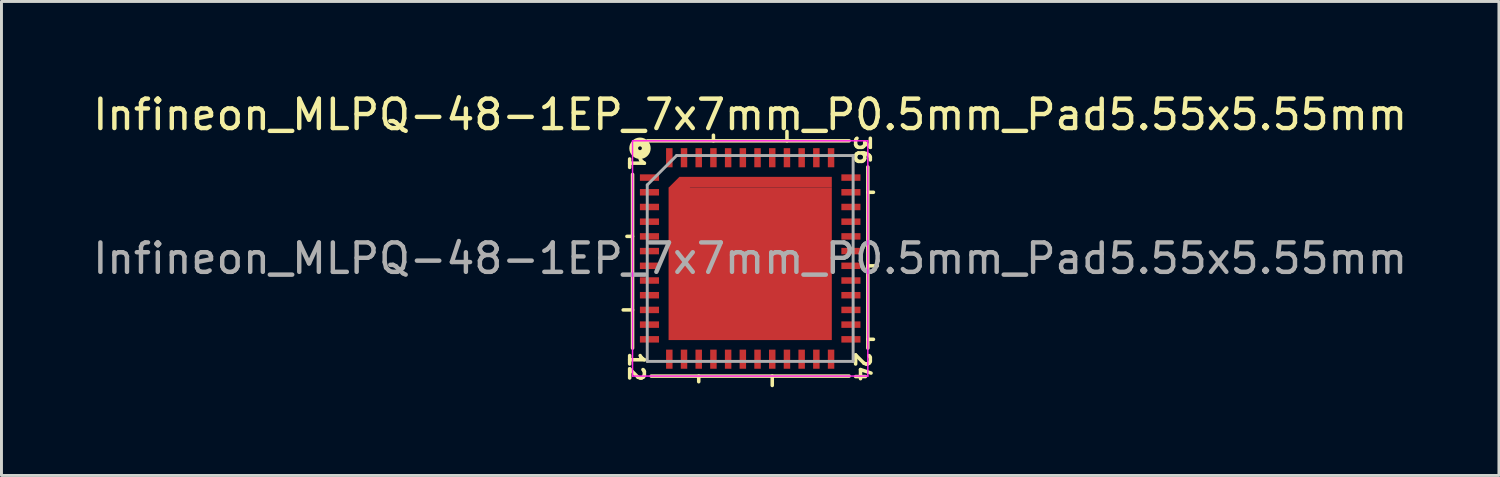
<source format=kicad_pcb>
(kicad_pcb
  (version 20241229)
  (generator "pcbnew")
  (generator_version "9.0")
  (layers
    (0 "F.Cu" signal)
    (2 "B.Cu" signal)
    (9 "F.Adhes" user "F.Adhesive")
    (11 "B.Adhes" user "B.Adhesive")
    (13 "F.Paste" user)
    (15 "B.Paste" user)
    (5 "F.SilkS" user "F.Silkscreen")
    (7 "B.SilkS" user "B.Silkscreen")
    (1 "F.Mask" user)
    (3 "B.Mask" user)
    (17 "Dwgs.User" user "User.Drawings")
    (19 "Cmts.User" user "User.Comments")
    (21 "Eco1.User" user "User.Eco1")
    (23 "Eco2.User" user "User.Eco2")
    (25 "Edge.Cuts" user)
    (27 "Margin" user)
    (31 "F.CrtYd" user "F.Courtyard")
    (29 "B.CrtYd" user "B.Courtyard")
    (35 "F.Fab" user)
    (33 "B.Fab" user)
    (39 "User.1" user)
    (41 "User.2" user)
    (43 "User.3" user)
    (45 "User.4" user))
  (footprint "Infineon_MLPQ-48-1EP_7x7mm_P0.5mm_Pad5.55x5.55mm"
    (layer "F.Cu")
    (at 22.458 5.738)
    (property "Reference" "Infineon_MLPQ-48-1EP_7x7mm_P0.5mm_Pad5.55x5.55mm" (at 0 -4.889 0) (layer "F.SilkS") (effects (font (size 1 1) (thickness 0.15))))
    (attr smd)
    (fp_line (start -4.318 1.75) (end -4 1.75) (stroke (width 0.12) (type solid)) (layer "F.SilkS"))
    (fp_line (start -4.191 -0.75) (end -4 -0.75) (stroke (width 0.12) (type solid)) (layer "F.SilkS"))
    (fp_line (start -4 -2.857) (end -4 3.048) (stroke (width 0.12) (type solid)) (layer "F.SilkS"))
    (fp_line (start -3.365 4) (end 3.365 4) (stroke (width 0.12) (type solid)) (layer "F.SilkS"))
    (fp_line (start -1.75 4.191) (end -1.75 4) (stroke (width 0.12) (type solid)) (layer "F.SilkS"))
    (fp_line (start -1.25 -4.191) (end -1.25 -4) (stroke (width 0.12) (type solid)) (layer "F.SilkS"))
    (fp_line (start 0.75 4.318) (end 0.75 4) (stroke (width 0.12) (type solid)) (layer "F.SilkS"))
    (fp_line (start 1.25 -4.318) (end 1.25 -4) (stroke (width 0.12) (type solid)) (layer "F.SilkS"))
    (fp_line (start 3.365 -4) (end -3.493 -4) (stroke (width 0.12) (type solid)) (layer "F.SilkS"))
    (fp_line (start 4 3.048) (end 4 -3.111) (stroke (width 0.12) (type solid)) (layer "F.SilkS"))
    (fp_line (start 4.191 -2.25) (end 4 -2.25) (stroke (width 0.12) (type solid)) (layer "F.SilkS"))
    (fp_line (start 4.191 2.75) (end 4 2.75) (stroke (width 0.12) (type solid)) (layer "F.SilkS"))
    (fp_line (start 4.318 0.25) (end 4 0.25) (stroke (width 0.12) (type solid)) (layer "F.SilkS"))
    (fp_circle (center -3.747 -3.747) (end -3.683 -3.747) (stroke (width 0.3) (type solid)) (fill no) (layer "F.SilkS"))
    (fp_line (start -4 -4) (end -4 4) (stroke (width 0.05) (type solid)) (layer "F.CrtYd"))
    (fp_line (start -4 4) (end 4 4) (stroke (width 0.05) (type solid)) (layer "F.CrtYd"))
    (fp_line (start 4 -4) (end -4 -4) (stroke (width 0.05) (type solid)) (layer "F.CrtYd"))
    (fp_line (start 4 4) (end 4 -4) (stroke (width 0.05) (type solid)) (layer "F.CrtYd"))
    (fp_line (start -3.5 3.5) (end -3.5 -2.5) (stroke (width 0.1) (type solid)) (layer "F.Fab"))
    (fp_line (start -2.5 -3.5) (end -3.5 -2.5) (stroke (width 0.1) (type solid)) (layer "F.Fab"))
    (fp_line (start 3.5 -3.5) (end -2.5 -3.5) (stroke (width 0.1) (type solid)) (layer "F.Fab"))
    (fp_line (start 3.5 -3.5) (end 3.5 3.5) (stroke (width 0.1) (type solid)) (layer "F.Fab"))
    (fp_line (start 3.5 3.5) (end -3.5 3.5) (stroke (width 0.1) (type solid)) (layer "F.Fab"))
    (fp_text user "36" (at 3.81 -3.683 270) (unlocked yes) (layer "F.SilkS") (effects (font (size 0.5 0.5) (thickness 0.12))))
    (fp_text user "1" (at -3.873 -3.239 270) (unlocked yes) (layer "F.SilkS") (effects (font (size 0.5 0.5) (thickness 0.12))))
    (fp_text user "24" (at 3.81 3.683 270) (unlocked yes) (layer "F.SilkS") (effects (font (size 0.5 0.5) (thickness 0.12))))
    (fp_text user "12" (at -3.873 3.683 270) (unlocked yes) (layer "F.SilkS") (effects (font (size 0.5 0.5) (thickness 0.12))))
    (fp_text user "${REFERENCE}" (at 0 0 0) (layer "F.Fab") (effects (font (size 1 1) (thickness 0.15))))
    (pad "" smd rect (at -3.425 -2.75) (size 0.55 0.22) (layers "F.Paste"))
    (pad "" smd rect (at -3.425 -2.25) (size 0.55 0.22) (layers "F.Paste"))
    (pad "" smd rect (at -3.425 -1.75) (size 0.55 0.22) (layers "F.Paste"))
    (pad "" smd rect (at -3.425 -1.25) (size 0.55 0.22) (layers "F.Paste"))
    (pad "" smd rect (at -3.425 -0.75) (size 0.55 0.22) (layers "F.Paste"))
    (pad "" smd rect (at -3.425 -0.25) (size 0.55 0.22) (layers "F.Paste"))
    (pad "" smd rect (at -3.425 0.25) (size 0.55 0.22) (layers "F.Paste"))
    (pad "" smd rect (at -3.425 0.75) (size 0.55 0.22) (layers "F.Paste"))
    (pad "" smd rect (at -3.425 1.25) (size 0.55 0.22) (layers "F.Paste"))
    (pad "" smd rect (at -3.425 1.75) (size 0.55 0.22) (layers "F.Paste"))
    (pad "" smd rect (at -3.425 2.25) (size 0.55 0.22) (layers "F.Paste"))
    (pad "" smd rect (at -3.425 2.75) (size 0.55 0.22) (layers "F.Paste"))
    (pad "" smd rect (at -2.75 -3.425) (size 0.22 0.55) (layers "F.Paste"))
    (pad "" smd rect (at -2.75 3.425) (size 0.22 0.55) (layers "F.Paste"))
    (pad "" smd rect (at -2.386 -2.386 45) (size 0.479 0.479) (layers "F.Paste"))
    (pad "" smd rect (at -2.25 -3.425) (size 0.22 0.55) (layers "F.Paste"))
    (pad "" smd rect (at -2.25 3.425) (size 0.22 0.55) (layers "F.Paste"))
    (pad "" smd rect (at -2.175 -2.006) (size 1.1 0.761) (layers "F.Paste"))
    (pad "" smd rect (at -2.175 -0.725) (size 1.1 1.1) (layers "F.Paste"))
    (pad "" smd rect (at -2.175 0.725) (size 1.1 1.1) (layers "F.Paste"))
    (pad "" smd rect (at -2.175 2.175) (size 1.1 1.1) (layers "F.Paste"))
    (pad "" smd rect (at -2.006 -2.555) (size 0.761 0.339) (layers "F.Paste"))
    (pad "" smd rect (at -1.75 -3.425) (size 0.22 0.55) (layers "F.Paste"))
    (pad "" smd rect (at -1.75 3.425) (size 0.22 0.55) (layers "F.Paste"))
    (pad "" smd rect (at -1.25 -3.425) (size 0.22 0.55) (layers "F.Paste"))
    (pad "" smd rect (at -1.25 3.425) (size 0.22 0.55) (layers "F.Paste"))
    (pad "" smd rect (at -0.75 -3.425) (size 0.22 0.55) (layers "F.Paste"))
    (pad "" smd rect (at -0.75 3.425) (size 0.22 0.55) (layers "F.Paste"))
    (pad "" smd rect (at -0.725 -2.175) (size 1.1 1.1) (layers "F.Paste"))
    (pad "" smd rect (at -0.725 -0.725) (size 1.1 1.1) (layers "F.Paste"))
    (pad "" smd rect (at -0.725 0.725) (size 1.1 1.1) (layers "F.Paste"))
    (pad "" smd rect (at -0.725 2.175) (size 1.1 1.1) (layers "F.Paste"))
    (pad "" smd rect (at -0.25 -3.425) (size 0.22 0.55) (layers "F.Paste"))
    (pad "" smd rect (at -0.25 3.425) (size 0.22 0.55) (layers "F.Paste"))
    (pad "" smd rect (at 0.25 -3.425) (size 0.22 0.55) (layers "F.Paste"))
    (pad "" smd rect (at 0.25 3.425) (size 0.22 0.55) (layers "F.Paste"))
    (pad "" smd rect (at 0.725 -2.175) (size 1.1 1.1) (layers "F.Paste"))
    (pad "" smd rect (at 0.725 -0.725) (size 1.1 1.1) (layers "F.Paste"))
    (pad "" smd rect (at 0.725 0.725) (size 1.1 1.1) (layers "F.Paste"))
    (pad "" smd rect (at 0.725 2.175) (size 1.1 1.1) (layers "F.Paste"))
    (pad "" smd rect (at 0.75 -3.425) (size 0.22 0.55) (layers "F.Paste"))
    (pad "" smd rect (at 0.75 3.425) (size 0.22 0.55) (layers "F.Paste"))
    (pad "" smd rect (at 1.25 -3.425) (size 0.22 0.55) (layers "F.Paste"))
    (pad "" smd rect (at 1.25 3.425) (size 0.22 0.55) (layers "F.Paste"))
    (pad "" smd rect (at 1.75 -3.425) (size 0.22 0.55) (layers "F.Paste"))
    (pad "" smd rect (at 1.75 3.425) (size 0.22 0.55) (layers "F.Paste"))
    (pad "" smd rect (at 2.175 -2.175) (size 1.1 1.1) (layers "F.Paste"))
    (pad "" smd rect (at 2.175 -0.725) (size 1.1 1.1) (layers "F.Paste"))
    (pad "" smd rect (at 2.175 0.725) (size 1.1 1.1) (layers "F.Paste"))
    (pad "" smd rect (at 2.175 2.175) (size 1.1 1.1) (layers "F.Paste"))
    (pad "" smd rect (at 2.25 -3.425) (size 0.22 0.55) (layers "F.Paste"))
    (pad "" smd rect (at 2.25 3.425) (size 0.22 0.55) (layers "F.Paste"))
    (pad "" smd rect (at 2.75 -3.425) (size 0.22 0.55) (layers "F.Paste"))
    (pad "" smd rect (at 2.75 3.425) (size 0.22 0.55) (layers "F.Paste"))
    (pad "" smd rect (at 3.425 -2.75) (size 0.55 0.22) (layers "F.Paste"))
    (pad "" smd rect (at 3.425 -2.25) (size 0.55 0.22) (layers "F.Paste"))
    (pad "" smd rect (at 3.425 -1.75) (size 0.55 0.22) (layers "F.Paste"))
    (pad "" smd rect (at 3.425 -1.25) (size 0.55 0.22) (layers "F.Paste"))
    (pad "" smd rect (at 3.425 -0.75) (size 0.55 0.22) (layers "F.Paste"))
    (pad "" smd rect (at 3.425 -0.25) (size 0.55 0.22) (layers "F.Paste"))
    (pad "" smd rect (at 3.425 0.25) (size 0.55 0.22) (layers "F.Paste"))
    (pad "" smd rect (at 3.425 0.75) (size 0.55 0.22) (layers "F.Paste"))
    (pad "" smd rect (at 3.425 1.25) (size 0.55 0.22) (layers "F.Paste"))
    (pad "" smd rect (at 3.425 1.75) (size 0.55 0.22) (layers "F.Paste"))
    (pad "" smd rect (at 3.425 2.25) (size 0.55 0.22) (layers "F.Paste"))
    (pad "" smd rect (at 3.425 2.75) (size 0.55 0.22) (layers "F.Paste"))
    (pad "1" smd rect (at -3.425 -2.75) (size 0.65 0.22) (layers "F.Cu" "F.Mask"))
    (pad "2" smd rect (at -3.425 -2.25) (size 0.65 0.22) (layers "F.Cu" "F.Mask"))
    (pad "3" smd rect (at -3.425 -1.75) (size 0.65 0.22) (layers "F.Cu" "F.Mask"))
    (pad "4" smd rect (at -3.425 -1.25) (size 0.65 0.22) (layers "F.Cu" "F.Mask"))
    (pad "5" smd rect (at -3.425 -0.75) (size 0.65 0.22) (layers "F.Cu" "F.Mask"))
    (pad "6" smd rect (at -3.425 -0.25) (size 0.65 0.22) (layers "F.Cu" "F.Mask"))
    (pad "7" smd rect (at -3.425 0.25) (size 0.65 0.22) (layers "F.Cu" "F.Mask"))
    (pad "8" smd rect (at -3.425 0.75) (size 0.65 0.22) (layers "F.Cu" "F.Mask"))
    (pad "9" smd rect (at -3.425 1.25) (size 0.65 0.22) (layers "F.Cu" "F.Mask"))
    (pad "10" smd rect (at -3.425 1.75) (size 0.65 0.22) (layers "F.Cu" "F.Mask"))
    (pad "11" smd rect (at -3.425 2.25) (size 0.65 0.22) (layers "F.Cu" "F.Mask"))
    (pad "12" smd rect (at -3.425 2.75) (size 0.65 0.22) (layers "F.Cu" "F.Mask"))
    (pad "13" smd rect (at -2.75 3.425) (size 0.22 0.65) (layers "F.Cu" "F.Mask"))
    (pad "14" smd rect (at -2.25 3.425) (size 0.22 0.65) (layers "F.Cu" "F.Mask"))
    (pad "15" smd rect (at -1.75 3.425) (size 0.22 0.65) (layers "F.Cu" "F.Mask"))
    (pad "16" smd rect (at -1.25 3.425) (size 0.22 0.65) (layers "F.Cu" "F.Mask"))
    (pad "17" smd rect (at -0.75 3.425) (size 0.22 0.65) (layers "F.Cu" "F.Mask"))
    (pad "18" smd rect (at -0.25 3.425) (size 0.22 0.65) (layers "F.Cu" "F.Mask"))
    (pad "19" smd rect (at 0.25 3.425) (size 0.22 0.65) (layers "F.Cu" "F.Mask"))
    (pad "20" smd rect (at 0.75 3.425) (size 0.22 0.65) (layers "F.Cu" "F.Mask"))
    (pad "21" smd rect (at 1.25 3.425) (size 0.22 0.65) (layers "F.Cu" "F.Mask"))
    (pad "22" smd rect (at 1.75 3.425) (size 0.22 0.65) (layers "F.Cu" "F.Mask"))
    (pad "23" smd rect (at 2.25 3.425) (size 0.22 0.65) (layers "F.Cu" "F.Mask"))
    (pad "24" smd rect (at 2.75 3.425) (size 0.22 0.65) (layers "F.Cu" "F.Mask"))
    (pad "25" smd rect (at 3.425 2.75) (size 0.65 0.22) (layers "F.Cu" "F.Mask"))
    (pad "26" smd rect (at 3.425 2.25) (size 0.65 0.22) (layers "F.Cu" "F.Mask"))
    (pad "27" smd rect (at 3.425 1.75) (size 0.65 0.22) (layers "F.Cu" "F.Mask"))
    (pad "28" smd rect (at 3.425 1.25) (size 0.65 0.22) (layers "F.Cu" "F.Mask"))
    (pad "29" smd rect (at 3.425 0.75) (size 0.65 0.22) (layers "F.Cu" "F.Mask"))
    (pad "30" smd rect (at 3.425 0.25) (size 0.65 0.22) (layers "F.Cu" "F.Mask"))
    (pad "31" smd rect (at 3.425 -0.25) (size 0.65 0.22) (layers "F.Cu" "F.Mask"))
    (pad "32" smd rect (at 3.425 -0.75) (size 0.65 0.22) (layers "F.Cu" "F.Mask"))
    (pad "33" smd rect (at 3.425 -1.25) (size 0.65 0.22) (layers "F.Cu" "F.Mask"))
    (pad "34" smd rect (at 3.425 -1.75) (size 0.65 0.22) (layers "F.Cu" "F.Mask"))
    (pad "35" smd rect (at 3.425 -2.25) (size 0.65 0.22) (layers "F.Cu" "F.Mask"))
    (pad "36" smd rect (at 3.425 -2.75) (size 0.65 0.22) (layers "F.Cu" "F.Mask"))
    (pad "37" smd rect (at 2.75 -3.425) (size 0.22 0.65) (layers "F.Cu" "F.Mask"))
    (pad "38" smd rect (at 2.25 -3.425) (size 0.22 0.65) (layers "F.Cu" "F.Mask"))
    (pad "39" smd rect (at 1.75 -3.425) (size 0.22 0.65) (layers "F.Cu" "F.Mask"))
    (pad "40" smd rect (at 1.25 -3.425) (size 0.22 0.65) (layers "F.Cu" "F.Mask"))
    (pad "41" smd rect (at 0.75 -3.425) (size 0.22 0.65) (layers "F.Cu" "F.Mask"))
    (pad "42" smd rect (at 0.25 -3.425) (size 0.22 0.65) (layers "F.Cu" "F.Mask"))
    (pad "43" smd rect (at -0.25 -3.425) (size 0.22 0.65) (layers "F.Cu" "F.Mask"))
    (pad "44" smd rect (at -0.75 -3.425) (size 0.22 0.65) (layers "F.Cu" "F.Mask"))
    (pad "45" smd rect (at -1.25 -3.425) (size 0.22 0.65) (layers "F.Cu" "F.Mask"))
    (pad "46" smd rect (at -1.75 -3.425) (size 0.22 0.65) (layers "F.Cu" "F.Mask"))
    (pad "47" smd rect (at -2.25 -3.425) (size 0.22 0.65) (layers "F.Cu" "F.Mask"))
    (pad "48" smd rect (at -2.75 -3.425) (size 0.22 0.65) (layers "F.Cu" "F.Mask"))
    (pad "49" smd rect (at -2.407 -2.407 45) (size 0.52 0.52) (layers "F.Cu" "F.Mask"))
    (pad "49" smd rect (at 0 0.184) (size 5.55 5.182) (layers "F.Cu" "F.Mask"))
    (pad "49" smd rect (at 0.184 -2.591) (size 5.182 0.368) (layers "F.Cu" "F.Mask")))
  (gr_rect
    (start -3 -3)
    (end 47.917 13.116)
    (stroke (width 0.1) (type default))
    (fill no)
    (layer "Edge.Cuts")))
</source>
